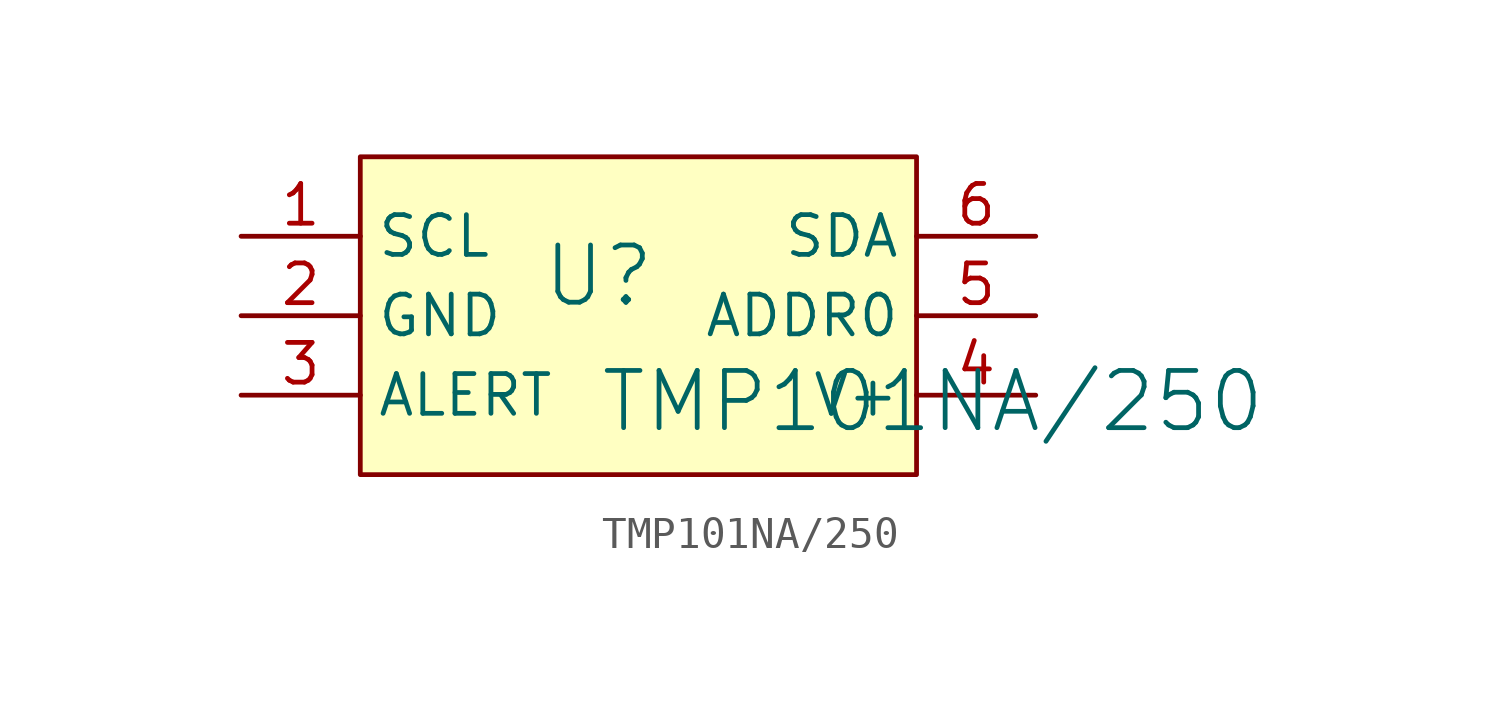
<source format=kicad_sym>
(kicad_symbol_lib
  (version 20241209)
  (generator "kicad_symbol_editor")
  (generator_version "9.0")
  (symbol "TMP101NA/250"
    (property "Reference" "U"
      (at -1.27 1.27 0)
      (effects (font (size 1.829 1.829))))
    (property "Value" "TMP101NA/250"
      (at -1.27 -3.81 0)
      (effects (font (size 1.829 1.829)) (justify left bottom)))
    (symbol "TMP101NA/250_1_0"
      (rectangle (start 8.89 5.08) (end -8.89 -5.08) (stroke (width 0) (type solid)) (fill (type background)))
      (pin passive line (at -12.7 2.54 0) (length 3.81) (name "SCL" (effects (font (size 1.27 1.27)))) (number "1" (effects (font (size 1.27 1.27)))))
      (pin passive line (at -12.7 0 0) (length 3.81) (name "GND" (effects (font (size 1.27 1.27)))) (number "2" (effects (font (size 1.27 1.27)))))
      (pin passive line (at -12.7 -2.54 0) (length 3.81) (name "ALERT" (effects (font (size 1.27 1.27)))) (number "3" (effects (font (size 1.27 1.27)))))
      (pin passive line (at 12.7 2.54 180) (length 3.81) (name "SDA" (effects (font (size 1.27 1.27)))) (number "6" (effects (font (size 1.27 1.27)))))
      (pin passive line (at 12.7 0 180) (length 3.81) (name "ADDR0" (effects (font (size 1.27 1.27)))) (number "5" (effects (font (size 1.27 1.27)))))
      (pin passive line (at 12.7 -2.54 180) (length 3.81) (name "V+" (effects (font (size 1.27 1.27)))) (number "4" (effects (font (size 1.27 1.27))))))))
</source>
